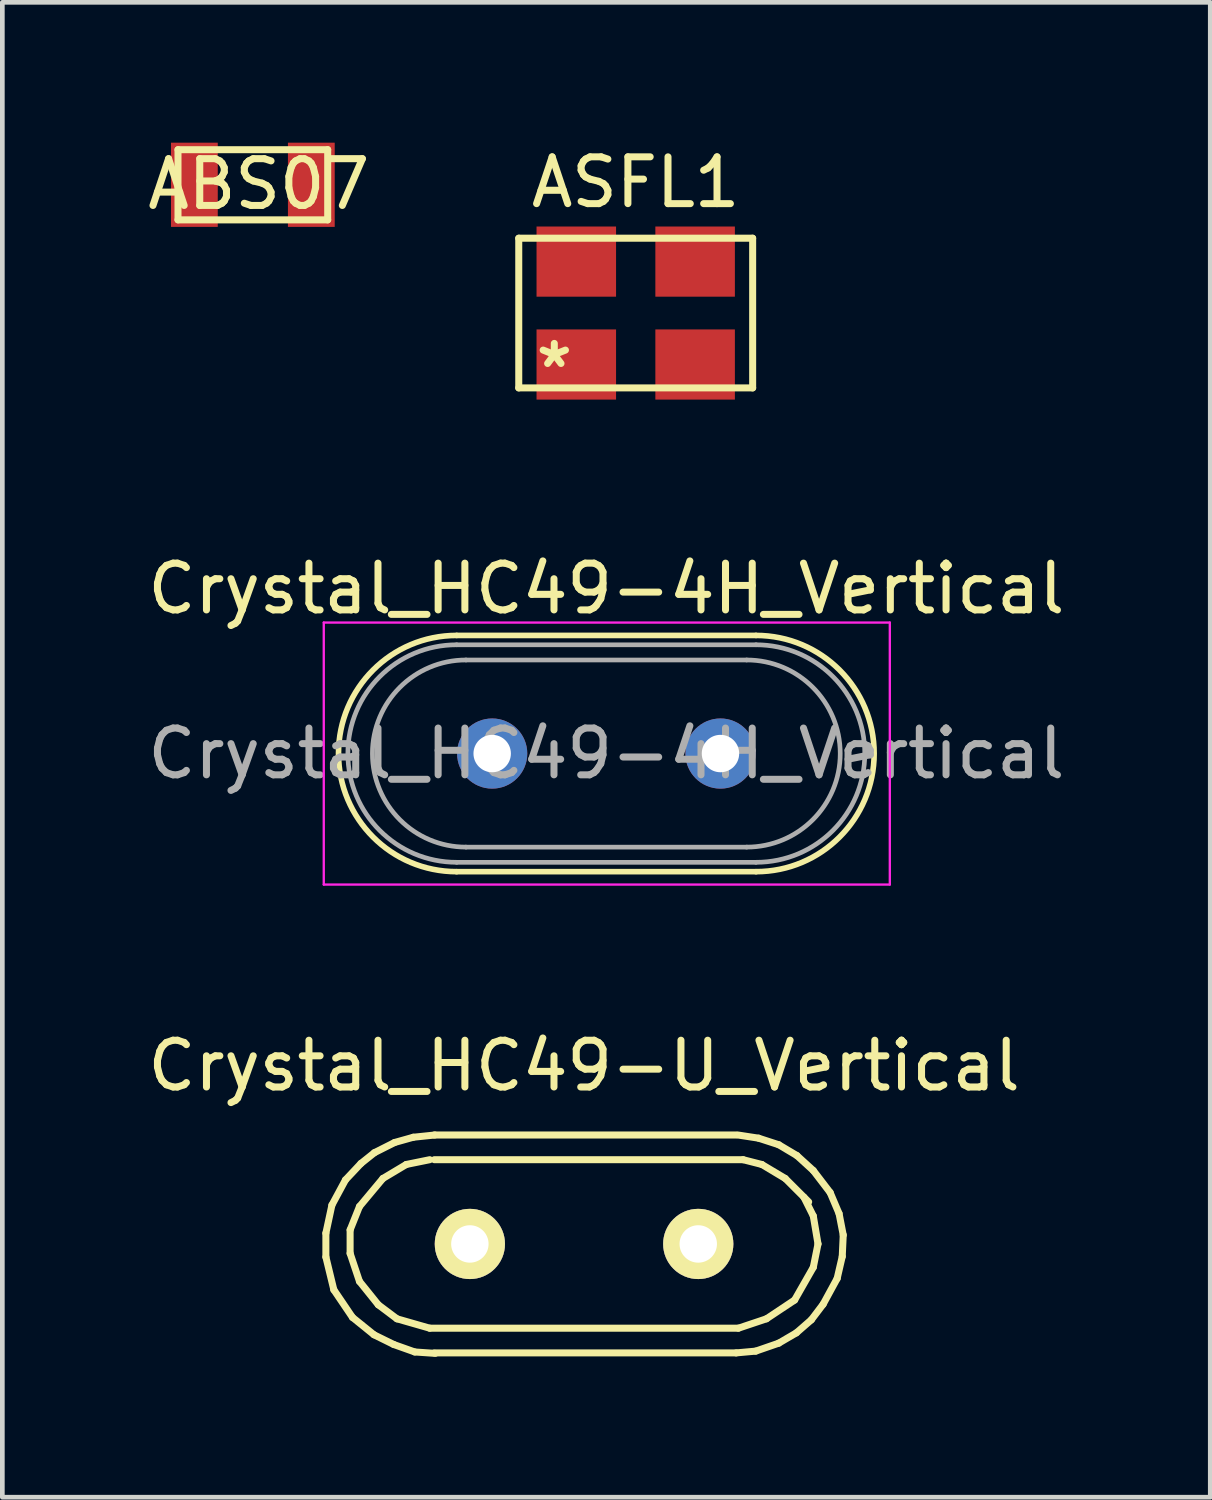
<source format=kicad_pcb>
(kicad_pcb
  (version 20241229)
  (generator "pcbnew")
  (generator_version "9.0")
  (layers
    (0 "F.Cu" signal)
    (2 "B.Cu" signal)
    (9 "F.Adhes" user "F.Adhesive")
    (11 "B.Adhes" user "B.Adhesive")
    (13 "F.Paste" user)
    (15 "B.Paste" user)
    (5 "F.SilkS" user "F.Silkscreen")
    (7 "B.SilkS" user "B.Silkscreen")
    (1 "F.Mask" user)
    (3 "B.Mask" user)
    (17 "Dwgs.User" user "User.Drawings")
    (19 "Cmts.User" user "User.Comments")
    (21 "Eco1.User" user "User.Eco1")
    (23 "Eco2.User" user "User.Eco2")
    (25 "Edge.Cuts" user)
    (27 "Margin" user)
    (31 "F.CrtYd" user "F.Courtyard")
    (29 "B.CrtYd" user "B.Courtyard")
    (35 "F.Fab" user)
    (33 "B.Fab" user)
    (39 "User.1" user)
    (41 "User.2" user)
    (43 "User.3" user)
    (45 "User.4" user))
  (footprint "ASFL1"
    (layer "F.Cu")
    (at 10.539 3.642)
    (property "Reference" "ASFL1" (at 0 -2.794 0) (layer "F.SilkS") (effects (font (size 1 1) (thickness 0.15))))
    (attr through_hole)
    (fp_line (start -2.5 -1.6) (end 2.5 -1.6) (stroke (width 0.15) (type solid)) (layer "F.SilkS"))
    (fp_line (start -2.5 1.6) (end -2.5 -1.6) (stroke (width 0.15) (type solid)) (layer "F.SilkS"))
    (fp_line (start 2.5 -1.6) (end 2.5 1.6) (stroke (width 0.15) (type solid)) (layer "F.SilkS"))
    (fp_line (start 2.5 1.6) (end -2.5 1.6) (stroke (width 0.15) (type solid)) (layer "F.SilkS"))
    (fp_text user "*" (at -1.74 1.194 0) (layer "F.SilkS") (effects (font (size 1 1) (thickness 0.15))))
    (pad "1" smd rect (at -1.27 1.1) (size 1.7 1.5) (layers "F.Cu" "F.Mask" "F.Paste"))
    (pad "2" smd rect (at 1.27 1.1) (size 1.7 1.5) (layers "F.Cu" "F.Mask" "F.Paste"))
    (pad "3" smd rect (at 1.27 -1.1) (size 1.7 1.5) (layers "F.Cu" "F.Mask" "F.Paste"))
    (pad "4" smd rect (at -1.27 -1.1) (size 1.7 1.5) (layers "F.Cu" "F.Mask" "F.Paste")))
  (footprint "ABS07"
    (layer "F.Cu")
    (at 2.355 0.9)
    (property "Reference" "ABS07" (at 0.127 -0.013 0) (layer "F.SilkS") (effects (font (size 1 1) (thickness 0.15))))
    (attr through_hole)
    (fp_line (start -1.6 -0.75) (end -1.6 0.75) (stroke (width 0.15) (type solid)) (layer "F.SilkS"))
    (fp_line (start -1.6 -0.75) (end 1.6 -0.75) (stroke (width 0.15) (type solid)) (layer "F.SilkS"))
    (fp_line (start 1.6 0.75) (end -1.6 0.75) (stroke (width 0.15) (type solid)) (layer "F.SilkS"))
    (fp_line (start 1.6 0.75) (end 1.6 -0.75) (stroke (width 0.15) (type solid)) (layer "F.SilkS"))
    (pad "1" smd rect (at 1.25 0) (size 1 1.8) (layers "F.Cu" "F.Mask" "F.Paste"))
    (pad "2" smd rect (at -1.25 0) (size 1 1.8) (layers "F.Cu" "F.Mask" "F.Paste")))
  (footprint "Crystal_HC49-U_Vertical"
    (layer "F.Cu")
    (at 9.435 23.541)
    (property "Reference" "Crystal_HC49-U_Vertical" (at 0 -3.81 0) (layer "F.SilkS") (effects (font (size 1 1) (thickness 0.15))))
    (attr through_hole)
    (fp_line (start -5.519 -0.231) (end -5.519 0.279) (stroke (width 0.15) (type solid)) (layer "F.SilkS"))
    (fp_line (start -5.519 0.279) (end -5.349 0.98) (stroke (width 0.15) (type solid)) (layer "F.SilkS"))
    (fp_line (start -5.39 -0.831) (end -5.519 -0.231) (stroke (width 0.15) (type solid)) (layer "F.SilkS"))
    (fp_line (start -5.349 0.98) (end -4.95 1.57) (stroke (width 0.15) (type solid)) (layer "F.SilkS"))
    (fp_line (start -5.1 -1.369) (end -5.39 -0.831) (stroke (width 0.15) (type solid)) (layer "F.SilkS"))
    (fp_line (start -5.001 -0.3) (end -4.801 -0.8) (stroke (width 0.15) (type solid)) (layer "F.SilkS"))
    (fp_line (start -5.001 0.201) (end -5.001 -0.3) (stroke (width 0.15) (type solid)) (layer "F.SilkS"))
    (fp_line (start -4.95 1.57) (end -4.491 1.941) (stroke (width 0.15) (type solid)) (layer "F.SilkS"))
    (fp_line (start -4.801 -0.8) (end -4.3 -1.4) (stroke (width 0.15) (type solid)) (layer "F.SilkS"))
    (fp_line (start -4.801 0.8) (end -5.001 0.201) (stroke (width 0.15) (type solid)) (layer "F.SilkS"))
    (fp_line (start -4.77 -1.72) (end -5.1 -1.369) (stroke (width 0.15) (type solid)) (layer "F.SilkS"))
    (fp_line (start -4.491 1.941) (end -4.069 2.149) (stroke (width 0.15) (type solid)) (layer "F.SilkS"))
    (fp_line (start -4.481 -1.951) (end -4.77 -1.72) (stroke (width 0.15) (type solid)) (layer "F.SilkS"))
    (fp_line (start -4.399 1.3) (end -4.801 0.8) (stroke (width 0.15) (type solid)) (layer "F.SilkS"))
    (fp_line (start -4.3 -1.4) (end -3.8 -1.699) (stroke (width 0.15) (type solid)) (layer "F.SilkS"))
    (fp_line (start -4.069 2.149) (end -3.619 2.309) (stroke (width 0.15) (type solid)) (layer "F.SilkS"))
    (fp_line (start -4.049 -2.169) (end -4.481 -1.951) (stroke (width 0.15) (type solid)) (layer "F.SilkS"))
    (fp_line (start -4 1.6) (end -4.399 1.3) (stroke (width 0.15) (type solid)) (layer "F.SilkS"))
    (fp_line (start -3.8 -1.699) (end -3.299 -1.801) (stroke (width 0.15) (type solid)) (layer "F.SilkS"))
    (fp_line (start -3.65 -2.281) (end -4.049 -2.169) (stroke (width 0.15) (type solid)) (layer "F.SilkS"))
    (fp_line (start -3.619 2.309) (end -3.18 2.339) (stroke (width 0.15) (type solid)) (layer "F.SilkS"))
    (fp_line (start -3.299 1.801) (end -4 1.6) (stroke (width 0.15) (type solid)) (layer "F.SilkS"))
    (fp_line (start -3.2 -2.329) (end 3.251 -2.329) (stroke (width 0.15) (type solid)) (layer "F.SilkS"))
    (fp_line (start -3.2 -1.801) (end 3.401 -1.801) (stroke (width 0.15) (type solid)) (layer "F.SilkS"))
    (fp_line (start -3.2 2.329) (end 3.251 2.329) (stroke (width 0.15) (type solid)) (layer "F.SilkS"))
    (fp_line (start -3.19 -2.329) (end -3.65 -2.281) (stroke (width 0.15) (type solid)) (layer "F.SilkS"))
    (fp_line (start 3.251 2.329) (end 3.67 2.291) (stroke (width 0.15) (type solid)) (layer "F.SilkS"))
    (fp_line (start 3.299 1.801) (end -3.299 1.801) (stroke (width 0.15) (type solid)) (layer "F.SilkS"))
    (fp_line (start 3.401 -1.801) (end 3.8 -1.699) (stroke (width 0.15) (type solid)) (layer "F.SilkS"))
    (fp_line (start 3.67 2.291) (end 4.161 2.121) (stroke (width 0.15) (type solid)) (layer "F.SilkS"))
    (fp_line (start 3.731 -2.261) (end 3.289 -2.329) (stroke (width 0.15) (type solid)) (layer "F.SilkS"))
    (fp_line (start 3.8 -1.699) (end 4.3 -1.4) (stroke (width 0.15) (type solid)) (layer "F.SilkS"))
    (fp_line (start 3.899 1.6) (end 3.299 1.801) (stroke (width 0.15) (type solid)) (layer "F.SilkS"))
    (fp_line (start 4.161 -2.121) (end 3.731 -2.261) (stroke (width 0.15) (type solid)) (layer "F.SilkS"))
    (fp_line (start 4.161 2.121) (end 4.539 1.9) (stroke (width 0.15) (type solid)) (layer "F.SilkS"))
    (fp_line (start 4.3 -1.4) (end 4.801 -0.899) (stroke (width 0.15) (type solid)) (layer "F.SilkS"))
    (fp_line (start 4.501 1.199) (end 3.899 1.6) (stroke (width 0.15) (type solid)) (layer "F.SilkS"))
    (fp_line (start 4.539 1.9) (end 4.859 1.621) (stroke (width 0.15) (type solid)) (layer "F.SilkS"))
    (fp_line (start 4.549 -1.89) (end 4.161 -2.121) (stroke (width 0.15) (type solid)) (layer "F.SilkS"))
    (fp_line (start 4.699 -1.001) (end 4.9 -0.599) (stroke (width 0.15) (type solid)) (layer "F.SilkS"))
    (fp_line (start 4.859 1.621) (end 5.11 1.29) (stroke (width 0.15) (type solid)) (layer "F.SilkS"))
    (fp_line (start 4.9 -1.57) (end 4.549 -1.89) (stroke (width 0.15) (type solid)) (layer "F.SilkS"))
    (fp_line (start 4.9 -0.599) (end 5.001 0) (stroke (width 0.15) (type solid)) (layer "F.SilkS"))
    (fp_line (start 4.9 0.5) (end 4.501 1.199) (stroke (width 0.15) (type solid)) (layer "F.SilkS"))
    (fp_line (start 5.001 0) (end 4.9 0.5) (stroke (width 0.15) (type solid)) (layer "F.SilkS"))
    (fp_line (start 5.11 1.29) (end 5.41 0.739) (stroke (width 0.15) (type solid)) (layer "F.SilkS"))
    (fp_line (start 5.26 -1.1) (end 4.9 -1.57) (stroke (width 0.15) (type solid)) (layer "F.SilkS"))
    (fp_line (start 5.41 0.739) (end 5.519 0.269) (stroke (width 0.15) (type solid)) (layer "F.SilkS"))
    (fp_line (start 5.451 -0.65) (end 5.26 -1.1) (stroke (width 0.15) (type solid)) (layer "F.SilkS"))
    (fp_line (start 5.519 0.269) (end 5.54 -0.191) (stroke (width 0.15) (type solid)) (layer "F.SilkS"))
    (fp_line (start 5.54 -0.191) (end 5.451 -0.65) (stroke (width 0.15) (type solid)) (layer "F.SilkS"))
    (pad "1" thru_hole circle (at -2.441 0) (size 1.501 1.501) (drill 0.8) (layers "*.Cu" "*.Mask" "F.SilkS"))
    (pad "2" thru_hole circle (at 2.441 0) (size 1.501 1.501) (drill 0.8) (layers "*.Cu" "*.Mask" "F.SilkS")))
  (footprint "Crystal_HC49-4H_Vertical"
    (layer "F.Cu")
    (at 7.471 13.058)
    (property "Reference" "Crystal_HC49-4H_Vertical" (at 2.44 -3.525 0) (layer "F.SilkS") (effects (font (size 1 1) (thickness 0.15))))
    (attr through_hole)
    (fp_line (start -0.76 -2.525) (end 5.64 -2.525) (stroke (width 0.12) (type solid)) (layer "F.SilkS"))
    (fp_line (start -0.76 2.525) (end 5.64 2.525) (stroke (width 0.12) (type solid)) (layer "F.SilkS"))
    (fp_arc (start -0.76 2.525) (mid -3.285 0) (end -0.76 -2.525) (stroke (width 0.12) (type solid)) (layer "F.SilkS"))
    (fp_arc (start 5.64 -2.525) (mid 8.165 0) (end 5.64 2.525) (stroke (width 0.12) (type solid)) (layer "F.SilkS"))
    (fp_line (start -3.6 -2.8) (end -3.6 2.8) (stroke (width 0.05) (type solid)) (layer "F.CrtYd"))
    (fp_line (start -3.6 2.8) (end 8.5 2.8) (stroke (width 0.05) (type solid)) (layer "F.CrtYd"))
    (fp_line (start 8.5 -2.8) (end -3.6 -2.8) (stroke (width 0.05) (type solid)) (layer "F.CrtYd"))
    (fp_line (start 8.5 2.8) (end 8.5 -2.8) (stroke (width 0.05) (type solid)) (layer "F.CrtYd"))
    (fp_line (start -0.76 -2.325) (end 5.64 -2.325) (stroke (width 0.1) (type solid)) (layer "F.Fab"))
    (fp_line (start -0.76 2.325) (end 5.64 2.325) (stroke (width 0.1) (type solid)) (layer "F.Fab"))
    (fp_line (start -0.56 -2) (end 5.44 -2) (stroke (width 0.1) (type solid)) (layer "F.Fab"))
    (fp_line (start -0.56 2) (end 5.44 2) (stroke (width 0.1) (type solid)) (layer "F.Fab"))
    (fp_arc (start -0.76 2.325) (mid -3.085 0) (end -0.76 -2.325) (stroke (width 0.1) (type solid)) (layer "F.Fab"))
    (fp_arc (start -0.56 2) (mid -2.56 0) (end -0.56 -2) (stroke (width 0.1) (type solid)) (layer "F.Fab"))
    (fp_arc (start 5.44 -2) (mid 7.44 0) (end 5.44 2) (stroke (width 0.1) (type solid)) (layer "F.Fab"))
    (fp_arc (start 5.64 -2.325) (mid 7.965 0) (end 5.64 2.325) (stroke (width 0.1) (type solid)) (layer "F.Fab"))
    (fp_text user "${REFERENCE}" (at 2.44 0 0) (layer "F.Fab") (effects (font (size 1 1) (thickness 0.15))))
    (pad "1" thru_hole circle (at 0 0) (size 1.5 1.5) (drill 0.8) (layers "*.Cu" "*.Mask"))
    (pad "2" thru_hole circle (at 4.88 0) (size 1.5 1.5) (drill 0.8) (layers "*.Cu" "*.Mask")))
  (gr_rect
    (start -3 -3)
    (end 22.821 28.955)
    (stroke (width 0.1) (type default))
    (fill no)
    (layer "Edge.Cuts")))
</source>
